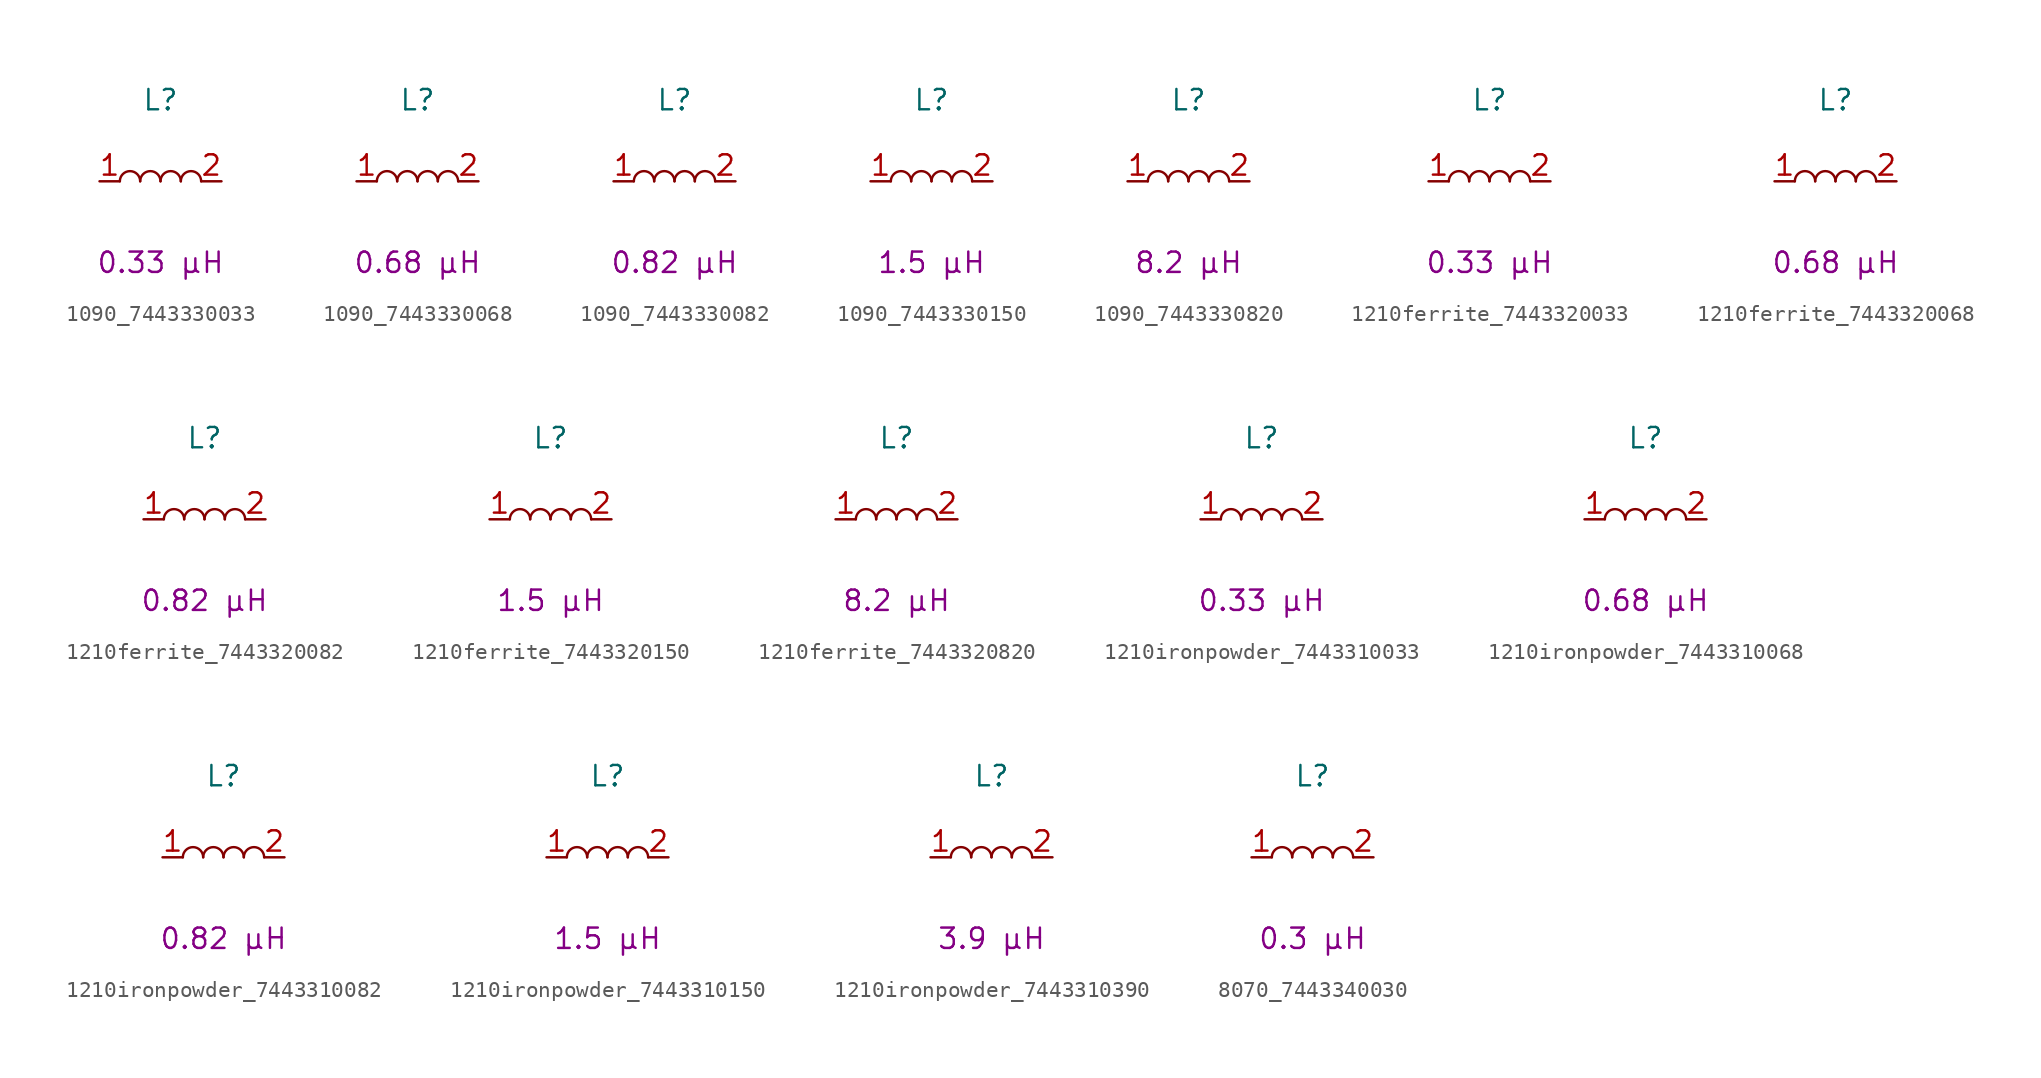
<source format=kicad_sym>
(kicad_symbol_lib
  (version 20220914)
  (generator kicad_symbol_editor)
  (symbol "1090_7443330033"
    (pin_names hide)
    (property "Reference" "L"
      (at 0 5.08 0)
      (effects (font (size 1.27 1.27))))
    (property "Critical Parameter" "0.33 µH"
      (at 0 -5.08 0)
      (effects (font (size 1.27 1.27))))
    (symbol "1090_7443330033_0_1"
      (arc (start -1.27 0) (mid -1.905 0.6323) (end -2.54 0) (stroke (width 0) (type default)) (fill (type none)))
      (arc (start 0 0) (mid -0.635 0.6323) (end -1.27 0) (stroke (width 0) (type default)) (fill (type none)))
      (arc (start 1.27 0) (mid 0.635 0.6323) (end 0 0) (stroke (width 0) (type default)) (fill (type none)))
      (arc (start 2.54 0) (mid 1.905 0.6323) (end 1.27 0) (stroke (width 0) (type default)) (fill (type none))))
    (symbol "1090_7443330033_1_1"
      (pin passive line (at -3.81 0 0) (length 1.27) (name "1" (effects (font (size 1.27 1.27)))) (number "1" (effects (font (size 1.27 1.27)))))
      (pin passive line (at 3.81 0 180) (length 1.27) (name "2" (effects (font (size 1.27 1.27)))) (number "2" (effects (font (size 1.27 1.27)))))))
  (symbol "1090_7443330068"
    (pin_names hide)
    (property "Reference" "L"
      (at 0 5.08 0)
      (effects (font (size 1.27 1.27))))
    (property "Critical Parameter" "0.68 µH"
      (at 0 -5.08 0)
      (effects (font (size 1.27 1.27))))
    (symbol "1090_7443330068_0_1"
      (arc (start -1.27 0) (mid -1.905 0.6323) (end -2.54 0) (stroke (width 0) (type default)) (fill (type none)))
      (arc (start 0 0) (mid -0.635 0.6323) (end -1.27 0) (stroke (width 0) (type default)) (fill (type none)))
      (arc (start 1.27 0) (mid 0.635 0.6323) (end 0 0) (stroke (width 0) (type default)) (fill (type none)))
      (arc (start 2.54 0) (mid 1.905 0.6323) (end 1.27 0) (stroke (width 0) (type default)) (fill (type none))))
    (symbol "1090_7443330068_1_1"
      (pin passive line (at -3.81 0 0) (length 1.27) (name "1" (effects (font (size 1.27 1.27)))) (number "1" (effects (font (size 1.27 1.27)))))
      (pin passive line (at 3.81 0 180) (length 1.27) (name "2" (effects (font (size 1.27 1.27)))) (number "2" (effects (font (size 1.27 1.27)))))))
  (symbol "1090_7443330082"
    (pin_names hide)
    (property "Reference" "L"
      (at 0 5.08 0)
      (effects (font (size 1.27 1.27))))
    (property "Critical Parameter" "0.82 µH"
      (at 0 -5.08 0)
      (effects (font (size 1.27 1.27))))
    (symbol "1090_7443330082_0_1"
      (arc (start -1.27 0) (mid -1.905 0.6323) (end -2.54 0) (stroke (width 0) (type default)) (fill (type none)))
      (arc (start 0 0) (mid -0.635 0.6323) (end -1.27 0) (stroke (width 0) (type default)) (fill (type none)))
      (arc (start 1.27 0) (mid 0.635 0.6323) (end 0 0) (stroke (width 0) (type default)) (fill (type none)))
      (arc (start 2.54 0) (mid 1.905 0.6323) (end 1.27 0) (stroke (width 0) (type default)) (fill (type none))))
    (symbol "1090_7443330082_1_1"
      (pin passive line (at -3.81 0 0) (length 1.27) (name "1" (effects (font (size 1.27 1.27)))) (number "1" (effects (font (size 1.27 1.27)))))
      (pin passive line (at 3.81 0 180) (length 1.27) (name "2" (effects (font (size 1.27 1.27)))) (number "2" (effects (font (size 1.27 1.27)))))))
  (symbol "1090_7443330150"
    (pin_names hide)
    (property "Reference" "L"
      (at 0 5.08 0)
      (effects (font (size 1.27 1.27))))
    (property "Critical Parameter" "1.5 µH"
      (at 0 -5.08 0)
      (effects (font (size 1.27 1.27))))
    (symbol "1090_7443330150_0_1"
      (arc (start -1.27 0) (mid -1.905 0.6323) (end -2.54 0) (stroke (width 0) (type default)) (fill (type none)))
      (arc (start 0 0) (mid -0.635 0.6323) (end -1.27 0) (stroke (width 0) (type default)) (fill (type none)))
      (arc (start 1.27 0) (mid 0.635 0.6323) (end 0 0) (stroke (width 0) (type default)) (fill (type none)))
      (arc (start 2.54 0) (mid 1.905 0.6323) (end 1.27 0) (stroke (width 0) (type default)) (fill (type none))))
    (symbol "1090_7443330150_1_1"
      (pin passive line (at -3.81 0 0) (length 1.27) (name "1" (effects (font (size 1.27 1.27)))) (number "1" (effects (font (size 1.27 1.27)))))
      (pin passive line (at 3.81 0 180) (length 1.27) (name "2" (effects (font (size 1.27 1.27)))) (number "2" (effects (font (size 1.27 1.27)))))))
  (symbol "1090_7443330820"
    (pin_names hide)
    (property "Reference" "L"
      (at 0 5.08 0)
      (effects (font (size 1.27 1.27))))
    (property "Critical Parameter" "8.2 µH"
      (at 0 -5.08 0)
      (effects (font (size 1.27 1.27))))
    (symbol "1090_7443330820_0_1"
      (arc (start -1.27 0) (mid -1.905 0.6323) (end -2.54 0) (stroke (width 0) (type default)) (fill (type none)))
      (arc (start 0 0) (mid -0.635 0.6323) (end -1.27 0) (stroke (width 0) (type default)) (fill (type none)))
      (arc (start 1.27 0) (mid 0.635 0.6323) (end 0 0) (stroke (width 0) (type default)) (fill (type none)))
      (arc (start 2.54 0) (mid 1.905 0.6323) (end 1.27 0) (stroke (width 0) (type default)) (fill (type none))))
    (symbol "1090_7443330820_1_1"
      (pin passive line (at -3.81 0 0) (length 1.27) (name "1" (effects (font (size 1.27 1.27)))) (number "1" (effects (font (size 1.27 1.27)))))
      (pin passive line (at 3.81 0 180) (length 1.27) (name "2" (effects (font (size 1.27 1.27)))) (number "2" (effects (font (size 1.27 1.27)))))))
  (symbol "1210ferrite_7443320033"
    (pin_names hide)
    (property "Reference" "L"
      (at 0 5.08 0)
      (effects (font (size 1.27 1.27))))
    (property "Critical Parameter" "0.33 µH"
      (at 0 -5.08 0)
      (effects (font (size 1.27 1.27))))
    (symbol "1210ferrite_7443320033_0_1"
      (arc (start -1.27 0) (mid -1.905 0.6323) (end -2.54 0) (stroke (width 0) (type default)) (fill (type none)))
      (arc (start 0 0) (mid -0.635 0.6323) (end -1.27 0) (stroke (width 0) (type default)) (fill (type none)))
      (arc (start 1.27 0) (mid 0.635 0.6323) (end 0 0) (stroke (width 0) (type default)) (fill (type none)))
      (arc (start 2.54 0) (mid 1.905 0.6323) (end 1.27 0) (stroke (width 0) (type default)) (fill (type none))))
    (symbol "1210ferrite_7443320033_1_1"
      (pin passive line (at -3.81 0 0) (length 1.27) (name "1" (effects (font (size 1.27 1.27)))) (number "1" (effects (font (size 1.27 1.27)))))
      (pin passive line (at 3.81 0 180) (length 1.27) (name "2" (effects (font (size 1.27 1.27)))) (number "2" (effects (font (size 1.27 1.27)))))))
  (symbol "1210ferrite_7443320068"
    (pin_names hide)
    (property "Reference" "L"
      (at 0 5.08 0)
      (effects (font (size 1.27 1.27))))
    (property "Critical Parameter" "0.68 µH"
      (at 0 -5.08 0)
      (effects (font (size 1.27 1.27))))
    (symbol "1210ferrite_7443320068_0_1"
      (arc (start -1.27 0) (mid -1.905 0.6323) (end -2.54 0) (stroke (width 0) (type default)) (fill (type none)))
      (arc (start 0 0) (mid -0.635 0.6323) (end -1.27 0) (stroke (width 0) (type default)) (fill (type none)))
      (arc (start 1.27 0) (mid 0.635 0.6323) (end 0 0) (stroke (width 0) (type default)) (fill (type none)))
      (arc (start 2.54 0) (mid 1.905 0.6323) (end 1.27 0) (stroke (width 0) (type default)) (fill (type none))))
    (symbol "1210ferrite_7443320068_1_1"
      (pin passive line (at -3.81 0 0) (length 1.27) (name "1" (effects (font (size 1.27 1.27)))) (number "1" (effects (font (size 1.27 1.27)))))
      (pin passive line (at 3.81 0 180) (length 1.27) (name "2" (effects (font (size 1.27 1.27)))) (number "2" (effects (font (size 1.27 1.27)))))))
  (symbol "1210ferrite_7443320082"
    (pin_names hide)
    (property "Reference" "L"
      (at 0 5.08 0)
      (effects (font (size 1.27 1.27))))
    (property "Critical Parameter" "0.82 µH"
      (at 0 -5.08 0)
      (effects (font (size 1.27 1.27))))
    (symbol "1210ferrite_7443320082_0_1"
      (arc (start -1.27 0) (mid -1.905 0.6323) (end -2.54 0) (stroke (width 0) (type default)) (fill (type none)))
      (arc (start 0 0) (mid -0.635 0.6323) (end -1.27 0) (stroke (width 0) (type default)) (fill (type none)))
      (arc (start 1.27 0) (mid 0.635 0.6323) (end 0 0) (stroke (width 0) (type default)) (fill (type none)))
      (arc (start 2.54 0) (mid 1.905 0.6323) (end 1.27 0) (stroke (width 0) (type default)) (fill (type none))))
    (symbol "1210ferrite_7443320082_1_1"
      (pin passive line (at -3.81 0 0) (length 1.27) (name "1" (effects (font (size 1.27 1.27)))) (number "1" (effects (font (size 1.27 1.27)))))
      (pin passive line (at 3.81 0 180) (length 1.27) (name "2" (effects (font (size 1.27 1.27)))) (number "2" (effects (font (size 1.27 1.27)))))))
  (symbol "1210ferrite_7443320150"
    (pin_names hide)
    (property "Reference" "L"
      (at 0 5.08 0)
      (effects (font (size 1.27 1.27))))
    (property "Critical Parameter" "1.5 µH"
      (at 0 -5.08 0)
      (effects (font (size 1.27 1.27))))
    (symbol "1210ferrite_7443320150_0_1"
      (arc (start -1.27 0) (mid -1.905 0.6323) (end -2.54 0) (stroke (width 0) (type default)) (fill (type none)))
      (arc (start 0 0) (mid -0.635 0.6323) (end -1.27 0) (stroke (width 0) (type default)) (fill (type none)))
      (arc (start 1.27 0) (mid 0.635 0.6323) (end 0 0) (stroke (width 0) (type default)) (fill (type none)))
      (arc (start 2.54 0) (mid 1.905 0.6323) (end 1.27 0) (stroke (width 0) (type default)) (fill (type none))))
    (symbol "1210ferrite_7443320150_1_1"
      (pin passive line (at -3.81 0 0) (length 1.27) (name "1" (effects (font (size 1.27 1.27)))) (number "1" (effects (font (size 1.27 1.27)))))
      (pin passive line (at 3.81 0 180) (length 1.27) (name "2" (effects (font (size 1.27 1.27)))) (number "2" (effects (font (size 1.27 1.27)))))))
  (symbol "1210ferrite_7443320820"
    (pin_names hide)
    (property "Reference" "L"
      (at 0 5.08 0)
      (effects (font (size 1.27 1.27))))
    (property "Critical Parameter" "8.2 µH"
      (at 0 -5.08 0)
      (effects (font (size 1.27 1.27))))
    (symbol "1210ferrite_7443320820_0_1"
      (arc (start -1.27 0) (mid -1.905 0.6323) (end -2.54 0) (stroke (width 0) (type default)) (fill (type none)))
      (arc (start 0 0) (mid -0.635 0.6323) (end -1.27 0) (stroke (width 0) (type default)) (fill (type none)))
      (arc (start 1.27 0) (mid 0.635 0.6323) (end 0 0) (stroke (width 0) (type default)) (fill (type none)))
      (arc (start 2.54 0) (mid 1.905 0.6323) (end 1.27 0) (stroke (width 0) (type default)) (fill (type none))))
    (symbol "1210ferrite_7443320820_1_1"
      (pin passive line (at -3.81 0 0) (length 1.27) (name "1" (effects (font (size 1.27 1.27)))) (number "1" (effects (font (size 1.27 1.27)))))
      (pin passive line (at 3.81 0 180) (length 1.27) (name "2" (effects (font (size 1.27 1.27)))) (number "2" (effects (font (size 1.27 1.27)))))))
  (symbol "1210ironpowder_7443310033"
    (pin_names hide)
    (property "Reference" "L"
      (at 0 5.08 0)
      (effects (font (size 1.27 1.27))))
    (property "Critical Parameter" "0.33 µH"
      (at 0 -5.08 0)
      (effects (font (size 1.27 1.27))))
    (symbol "1210ironpowder_7443310033_0_1"
      (arc (start -1.27 0) (mid -1.905 0.6323) (end -2.54 0) (stroke (width 0) (type default)) (fill (type none)))
      (arc (start 0 0) (mid -0.635 0.6323) (end -1.27 0) (stroke (width 0) (type default)) (fill (type none)))
      (arc (start 1.27 0) (mid 0.635 0.6323) (end 0 0) (stroke (width 0) (type default)) (fill (type none)))
      (arc (start 2.54 0) (mid 1.905 0.6323) (end 1.27 0) (stroke (width 0) (type default)) (fill (type none))))
    (symbol "1210ironpowder_7443310033_1_1"
      (pin passive line (at -3.81 0 0) (length 1.27) (name "1" (effects (font (size 1.27 1.27)))) (number "1" (effects (font (size 1.27 1.27)))))
      (pin passive line (at 3.81 0 180) (length 1.27) (name "2" (effects (font (size 1.27 1.27)))) (number "2" (effects (font (size 1.27 1.27)))))))
  (symbol "1210ironpowder_7443310068"
    (pin_names hide)
    (property "Reference" "L"
      (at 0 5.08 0)
      (effects (font (size 1.27 1.27))))
    (property "Critical Parameter" "0.68 µH"
      (at 0 -5.08 0)
      (effects (font (size 1.27 1.27))))
    (symbol "1210ironpowder_7443310068_0_1"
      (arc (start -1.27 0) (mid -1.905 0.6323) (end -2.54 0) (stroke (width 0) (type default)) (fill (type none)))
      (arc (start 0 0) (mid -0.635 0.6323) (end -1.27 0) (stroke (width 0) (type default)) (fill (type none)))
      (arc (start 1.27 0) (mid 0.635 0.6323) (end 0 0) (stroke (width 0) (type default)) (fill (type none)))
      (arc (start 2.54 0) (mid 1.905 0.6323) (end 1.27 0) (stroke (width 0) (type default)) (fill (type none))))
    (symbol "1210ironpowder_7443310068_1_1"
      (pin passive line (at -3.81 0 0) (length 1.27) (name "1" (effects (font (size 1.27 1.27)))) (number "1" (effects (font (size 1.27 1.27)))))
      (pin passive line (at 3.81 0 180) (length 1.27) (name "2" (effects (font (size 1.27 1.27)))) (number "2" (effects (font (size 1.27 1.27)))))))
  (symbol "1210ironpowder_7443310082"
    (pin_names hide)
    (property "Reference" "L"
      (at 0 5.08 0)
      (effects (font (size 1.27 1.27))))
    (property "Critical Parameter" "0.82 µH"
      (at 0 -5.08 0)
      (effects (font (size 1.27 1.27))))
    (symbol "1210ironpowder_7443310082_0_1"
      (arc (start -1.27 0) (mid -1.905 0.6323) (end -2.54 0) (stroke (width 0) (type default)) (fill (type none)))
      (arc (start 0 0) (mid -0.635 0.6323) (end -1.27 0) (stroke (width 0) (type default)) (fill (type none)))
      (arc (start 1.27 0) (mid 0.635 0.6323) (end 0 0) (stroke (width 0) (type default)) (fill (type none)))
      (arc (start 2.54 0) (mid 1.905 0.6323) (end 1.27 0) (stroke (width 0) (type default)) (fill (type none))))
    (symbol "1210ironpowder_7443310082_1_1"
      (pin passive line (at -3.81 0 0) (length 1.27) (name "1" (effects (font (size 1.27 1.27)))) (number "1" (effects (font (size 1.27 1.27)))))
      (pin passive line (at 3.81 0 180) (length 1.27) (name "2" (effects (font (size 1.27 1.27)))) (number "2" (effects (font (size 1.27 1.27)))))))
  (symbol "1210ironpowder_7443310150"
    (pin_names hide)
    (property "Reference" "L"
      (at 0 5.08 0)
      (effects (font (size 1.27 1.27))))
    (property "Critical Parameter" "1.5 µH"
      (at 0 -5.08 0)
      (effects (font (size 1.27 1.27))))
    (symbol "1210ironpowder_7443310150_0_1"
      (arc (start -1.27 0) (mid -1.905 0.6323) (end -2.54 0) (stroke (width 0) (type default)) (fill (type none)))
      (arc (start 0 0) (mid -0.635 0.6323) (end -1.27 0) (stroke (width 0) (type default)) (fill (type none)))
      (arc (start 1.27 0) (mid 0.635 0.6323) (end 0 0) (stroke (width 0) (type default)) (fill (type none)))
      (arc (start 2.54 0) (mid 1.905 0.6323) (end 1.27 0) (stroke (width 0) (type default)) (fill (type none))))
    (symbol "1210ironpowder_7443310150_1_1"
      (pin passive line (at -3.81 0 0) (length 1.27) (name "1" (effects (font (size 1.27 1.27)))) (number "1" (effects (font (size 1.27 1.27)))))
      (pin passive line (at 3.81 0 180) (length 1.27) (name "2" (effects (font (size 1.27 1.27)))) (number "2" (effects (font (size 1.27 1.27)))))))
  (symbol "1210ironpowder_7443310390"
    (pin_names hide)
    (property "Reference" "L"
      (at 0 5.08 0)
      (effects (font (size 1.27 1.27))))
    (property "Critical Parameter" "3.9 µH"
      (at 0 -5.08 0)
      (effects (font (size 1.27 1.27))))
    (symbol "1210ironpowder_7443310390_0_1"
      (arc (start -1.27 0) (mid -1.905 0.6323) (end -2.54 0) (stroke (width 0) (type default)) (fill (type none)))
      (arc (start 0 0) (mid -0.635 0.6323) (end -1.27 0) (stroke (width 0) (type default)) (fill (type none)))
      (arc (start 1.27 0) (mid 0.635 0.6323) (end 0 0) (stroke (width 0) (type default)) (fill (type none)))
      (arc (start 2.54 0) (mid 1.905 0.6323) (end 1.27 0) (stroke (width 0) (type default)) (fill (type none))))
    (symbol "1210ironpowder_7443310390_1_1"
      (pin passive line (at -3.81 0 0) (length 1.27) (name "1" (effects (font (size 1.27 1.27)))) (number "1" (effects (font (size 1.27 1.27)))))
      (pin passive line (at 3.81 0 180) (length 1.27) (name "2" (effects (font (size 1.27 1.27)))) (number "2" (effects (font (size 1.27 1.27)))))))
  (symbol "8070_7443340030"
    (pin_names hide)
    (property "Reference" "L"
      (at 0 5.08 0)
      (effects (font (size 1.27 1.27))))
    (property "Critical Parameter" "0.3 µH"
      (at 0 -5.08 0)
      (effects (font (size 1.27 1.27))))
    (symbol "8070_7443340030_0_1"
      (arc (start -1.27 0) (mid -1.905 0.6323) (end -2.54 0) (stroke (width 0) (type default)) (fill (type none)))
      (arc (start 0 0) (mid -0.635 0.6323) (end -1.27 0) (stroke (width 0) (type default)) (fill (type none)))
      (arc (start 1.27 0) (mid 0.635 0.6323) (end 0 0) (stroke (width 0) (type default)) (fill (type none)))
      (arc (start 2.54 0) (mid 1.905 0.6323) (end 1.27 0) (stroke (width 0) (type default)) (fill (type none))))
    (symbol "8070_7443340030_1_1"
      (pin passive line (at -3.81 0 0) (length 1.27) (name "1" (effects (font (size 1.27 1.27)))) (number "1" (effects (font (size 1.27 1.27)))))
      (pin passive line (at 3.81 0 180) (length 1.27) (name "2" (effects (font (size 1.27 1.27)))) (number "2" (effects (font (size 1.27 1.27))))))))
</source>
